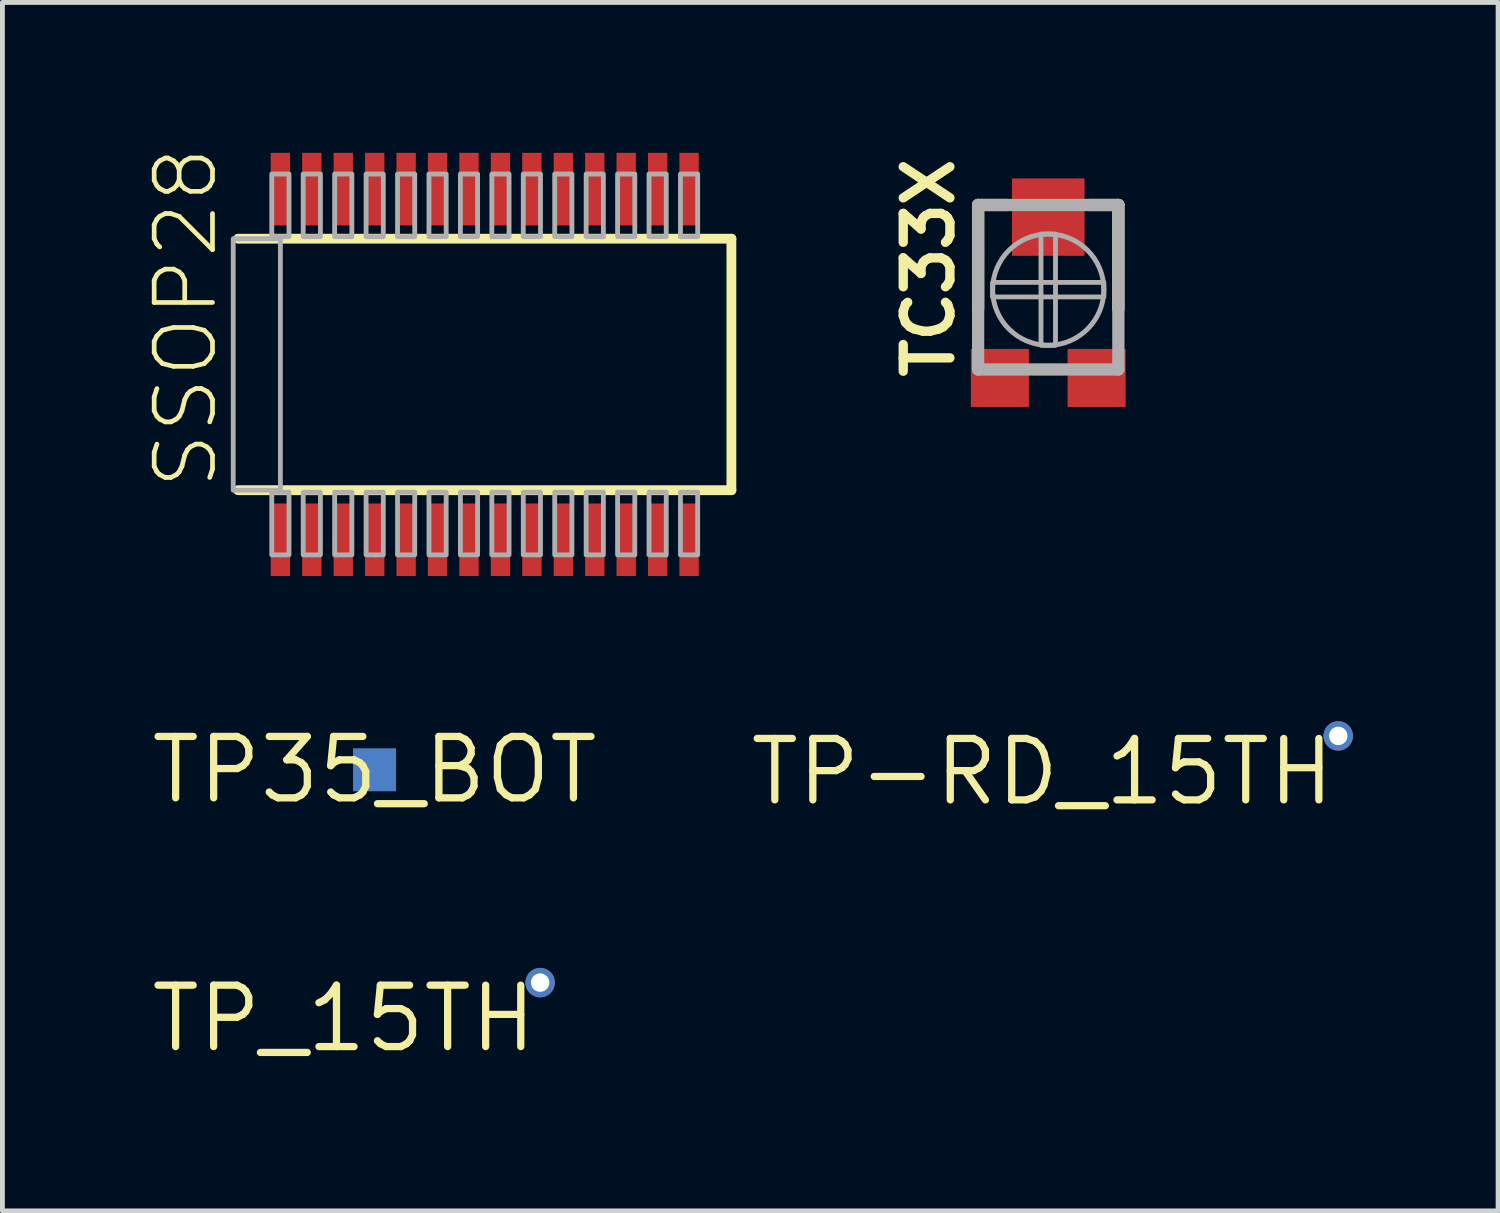
<source format=kicad_pcb>
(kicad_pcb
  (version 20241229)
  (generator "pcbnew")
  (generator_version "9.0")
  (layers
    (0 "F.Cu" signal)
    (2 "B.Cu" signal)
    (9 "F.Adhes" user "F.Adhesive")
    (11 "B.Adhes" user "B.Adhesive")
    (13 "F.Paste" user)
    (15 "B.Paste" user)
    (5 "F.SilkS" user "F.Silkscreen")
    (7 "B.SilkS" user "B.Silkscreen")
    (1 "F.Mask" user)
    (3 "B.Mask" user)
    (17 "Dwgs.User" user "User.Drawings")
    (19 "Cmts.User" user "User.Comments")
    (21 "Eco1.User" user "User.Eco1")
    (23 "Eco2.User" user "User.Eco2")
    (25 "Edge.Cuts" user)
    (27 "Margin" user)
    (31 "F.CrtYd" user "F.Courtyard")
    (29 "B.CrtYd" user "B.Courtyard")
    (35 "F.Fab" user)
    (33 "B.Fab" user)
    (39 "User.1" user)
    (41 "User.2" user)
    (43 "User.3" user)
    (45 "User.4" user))
  (footprint "TP_15TH"
    (layer "F.Cu")
    (at 8.118 17.266)
    (property "Reference" "TP_15TH" (at 0 0 0) (layer "F.SilkS") (effects (font (size 1.27 1.27) (thickness 0.15)) (justify right top)))
    (attr through_hole)
    (fp_circle (center 0 0) (end 0.191 0) (stroke (width 0.381) (type solid)) (fill no) (layer "B.Mask"))
    (pad "P$1" thru_hole circle (at 0 0) (size 0.61 0.61) (drill 0.381) (layers "*.Cu" "*.Mask")))
  (footprint "TC33X"
    (layer "F.Cu")
    (at 18.623 2.939)
    (property "Reference" "TC33X" (at -1.905 1.905 270) (layer "F.SilkS") (effects (font (size 0.965 0.965) (thickness 0.193)) (justify left bottom)))
    (attr through_hole)
    (fp_line (start -1.45 -1.75) (end -0.85 -1.75) (stroke (width 0.254) (type solid)) (layer "F.SilkS"))
    (fp_line (start -1.45 0.4) (end -1.45 -1.75) (stroke (width 0.254) (type solid)) (layer "F.SilkS"))
    (fp_line (start 1.45 -1.75) (end 0.85 -1.75) (stroke (width 0.254) (type solid)) (layer "F.SilkS"))
    (fp_line (start 1.45 0.4) (end 1.45 -1.75) (stroke (width 0.254) (type solid)) (layer "F.SilkS"))
    (fp_line (start -1.45 -1.75) (end -1.45 1.65) (stroke (width 0.254) (type solid)) (layer "F.Fab"))
    (fp_line (start -1.45 1.65) (end 1.45 1.65) (stroke (width 0.254) (type solid)) (layer "F.Fab"))
    (fp_line (start 1.45 -1.75) (end -1.45 -1.75) (stroke (width 0.254) (type solid)) (layer "F.Fab"))
    (fp_line (start 1.45 1.65) (end 1.45 -1.75) (stroke (width 0.254) (type solid)) (layer "F.Fab"))
    (fp_circle (center 0 0) (end 1.15 0) (stroke (width 0.102) (type solid)) (fill no) (layer "F.Fab"))
    (fp_poly (pts (xy -1.15 0.15) (xy 1.15 0.15) (xy 1.15 -0.15) (xy -1.15 -0.15)) (stroke (width 0.1) (type solid)) (fill no) (layer "F.Fab"))
    (fp_poly (pts (xy -0.15 1.15) (xy 0.15 1.15) (xy 0.15 -1.15) (xy -0.15 -1.15)) (stroke (width 0.1) (type solid)) (fill no) (layer "F.Fab"))
    (pad "1" smd rect (at -1 1.825) (size 1.2 1.2) (layers "F.Cu" "F.Mask" "F.Paste"))
    (pad "2" smd rect (at 0 -1.5) (size 1.5 1.6) (layers "F.Cu" "F.Mask" "F.Paste"))
    (pad "3" smd rect (at 1 1.825) (size 1.2 1.2) (layers "F.Cu" "F.Mask" "F.Paste")))
  (footprint "TP-RD_15TH"
    (layer "F.Cu")
    (at 24.619 12.165)
    (property "Reference" "TP-RD_15TH" (at 0 0 0) (layer "F.SilkS") (effects (font (size 1.27 1.27) (thickness 0.15)) (justify right top)))
    (attr through_hole)
    (pad "P$1" thru_hole circle (at 0 0) (size 0.61 0.61) (drill 0.381) (layers "*.Cu" "*.Mask")))
  (footprint "TP35_BOT"
    (layer "F.Cu")
    (at 4.694 12.866)
    (property "Reference" "TP35_BOT" (at 0 0 0) (layer "F.SilkS") (effects (font (size 1.27 1.27) (thickness 0.15))))
    (attr through_hole)
    (pad "P$1" smd rect (at 0 0) (size 0.889 0.889) (layers "B.Cu" "B.Mask")))
  (footprint "SSOP28"
    (layer "F.Cu")
    (at 6.972 4.485)
    (property "Reference" "SSOP28" (at -5.476 2.63 90) (layer "F.SilkS") (effects (font (size 1.206 1.206) (thickness 0.097)) (justify left bottom)))
    (attr through_hole)
    (fp_line (start -5.1 2.6) (end 5.1 2.6) (stroke (width 0.203) (type solid)) (layer "F.SilkS"))
    (fp_line (start 5.1 -2.6) (end -5.1 -2.6) (stroke (width 0.203) (type solid)) (layer "F.SilkS"))
    (fp_line (start 5.1 2.6) (end 5.1 -2.6) (stroke (width 0.203) (type solid)) (layer "F.SilkS"))
    (fp_poly (pts (xy -5.2 2.6) (xy -4.225 2.6) (xy -4.225 -2.6) (xy -5.2 -2.6)) (stroke (width 0.1) (type solid)) (fill no) (layer "F.Fab"))
    (fp_poly (pts (xy -4.403 -2.642) (xy -4.047 -2.642) (xy -4.047 -3.937) (xy -4.403 -3.937)) (stroke (width 0.1) (type solid)) (fill no) (layer "F.Fab"))
    (fp_poly (pts (xy -4.403 3.937) (xy -4.047 3.937) (xy -4.047 2.642) (xy -4.403 2.642)) (stroke (width 0.1) (type solid)) (fill no) (layer "F.Fab"))
    (fp_poly (pts (xy -3.753 -2.642) (xy -3.397 -2.642) (xy -3.397 -3.937) (xy -3.753 -3.937)) (stroke (width 0.1) (type solid)) (fill no) (layer "F.Fab"))
    (fp_poly (pts (xy -3.753 3.937) (xy -3.397 3.937) (xy -3.397 2.642) (xy -3.753 2.642)) (stroke (width 0.1) (type solid)) (fill no) (layer "F.Fab"))
    (fp_poly (pts (xy -3.103 -2.642) (xy -2.747 -2.642) (xy -2.747 -3.937) (xy -3.103 -3.937)) (stroke (width 0.1) (type solid)) (fill no) (layer "F.Fab"))
    (fp_poly (pts (xy -3.103 3.937) (xy -2.747 3.937) (xy -2.747 2.642) (xy -3.103 2.642)) (stroke (width 0.1) (type solid)) (fill no) (layer "F.Fab"))
    (fp_poly (pts (xy -2.453 -2.642) (xy -2.097 -2.642) (xy -2.097 -3.937) (xy -2.453 -3.937)) (stroke (width 0.1) (type solid)) (fill no) (layer "F.Fab"))
    (fp_poly (pts (xy -2.453 3.937) (xy -2.097 3.937) (xy -2.097 2.642) (xy -2.453 2.642)) (stroke (width 0.1) (type solid)) (fill no) (layer "F.Fab"))
    (fp_poly (pts (xy -1.803 -2.642) (xy -1.447 -2.642) (xy -1.447 -3.937) (xy -1.803 -3.937)) (stroke (width 0.1) (type solid)) (fill no) (layer "F.Fab"))
    (fp_poly (pts (xy -1.803 3.937) (xy -1.447 3.937) (xy -1.447 2.642) (xy -1.803 2.642)) (stroke (width 0.1) (type solid)) (fill no) (layer "F.Fab"))
    (fp_poly (pts (xy -1.153 -2.642) (xy -0.797 -2.642) (xy -0.797 -3.937) (xy -1.153 -3.937)) (stroke (width 0.1) (type solid)) (fill no) (layer "F.Fab"))
    (fp_poly (pts (xy -1.153 3.937) (xy -0.797 3.937) (xy -0.797 2.642) (xy -1.153 2.642)) (stroke (width 0.1) (type solid)) (fill no) (layer "F.Fab"))
    (fp_poly (pts (xy -0.503 -2.642) (xy -0.147 -2.642) (xy -0.147 -3.937) (xy -0.503 -3.937)) (stroke (width 0.1) (type solid)) (fill no) (layer "F.Fab"))
    (fp_poly (pts (xy -0.503 3.937) (xy -0.147 3.937) (xy -0.147 2.642) (xy -0.503 2.642)) (stroke (width 0.1) (type solid)) (fill no) (layer "F.Fab"))
    (fp_poly (pts (xy 0.147 -2.642) (xy 0.503 -2.642) (xy 0.503 -3.937) (xy 0.147 -3.937)) (stroke (width 0.1) (type solid)) (fill no) (layer "F.Fab"))
    (fp_poly (pts (xy 0.147 3.937) (xy 0.503 3.937) (xy 0.503 2.642) (xy 0.147 2.642)) (stroke (width 0.1) (type solid)) (fill no) (layer "F.Fab"))
    (fp_poly (pts (xy 0.797 -2.642) (xy 1.153 -2.642) (xy 1.153 -3.937) (xy 0.797 -3.937)) (stroke (width 0.1) (type solid)) (fill no) (layer "F.Fab"))
    (fp_poly (pts (xy 0.797 3.937) (xy 1.153 3.937) (xy 1.153 2.642) (xy 0.797 2.642)) (stroke (width 0.1) (type solid)) (fill no) (layer "F.Fab"))
    (fp_poly (pts (xy 1.447 -2.642) (xy 1.803 -2.642) (xy 1.803 -3.937) (xy 1.447 -3.937)) (stroke (width 0.1) (type solid)) (fill no) (layer "F.Fab"))
    (fp_poly (pts (xy 1.447 3.937) (xy 1.803 3.937) (xy 1.803 2.642) (xy 1.447 2.642)) (stroke (width 0.1) (type solid)) (fill no) (layer "F.Fab"))
    (fp_poly (pts (xy 2.097 -2.642) (xy 2.453 -2.642) (xy 2.453 -3.937) (xy 2.097 -3.937)) (stroke (width 0.1) (type solid)) (fill no) (layer "F.Fab"))
    (fp_poly (pts (xy 2.097 3.937) (xy 2.453 3.937) (xy 2.453 2.642) (xy 2.097 2.642)) (stroke (width 0.1) (type solid)) (fill no) (layer "F.Fab"))
    (fp_poly (pts (xy 2.747 -2.642) (xy 3.103 -2.642) (xy 3.103 -3.937) (xy 2.747 -3.937)) (stroke (width 0.1) (type solid)) (fill no) (layer "F.Fab"))
    (fp_poly (pts (xy 2.747 3.937) (xy 3.103 3.937) (xy 3.103 2.642) (xy 2.747 2.642)) (stroke (width 0.1) (type solid)) (fill no) (layer "F.Fab"))
    (fp_poly (pts (xy 3.397 -2.642) (xy 3.753 -2.642) (xy 3.753 -3.937) (xy 3.397 -3.937)) (stroke (width 0.1) (type solid)) (fill no) (layer "F.Fab"))
    (fp_poly (pts (xy 3.397 3.937) (xy 3.753 3.937) (xy 3.753 2.642) (xy 3.397 2.642)) (stroke (width 0.1) (type solid)) (fill no) (layer "F.Fab"))
    (fp_poly (pts (xy 4.047 -2.642) (xy 4.403 -2.642) (xy 4.403 -3.937) (xy 4.047 -3.937)) (stroke (width 0.1) (type solid)) (fill no) (layer "F.Fab"))
    (fp_poly (pts (xy 4.047 3.937) (xy 4.403 3.937) (xy 4.403 2.642) (xy 4.047 2.642)) (stroke (width 0.1) (type solid)) (fill no) (layer "F.Fab"))
    (pad "1" smd rect (at -4.225 3.625) (size 0.4 1.5) (layers "F.Cu" "F.Mask" "F.Paste"))
    (pad "2" smd rect (at -3.575 3.625) (size 0.4 1.5) (layers "F.Cu" "F.Mask" "F.Paste"))
    (pad "3" smd rect (at -2.925 3.625) (size 0.4 1.5) (layers "F.Cu" "F.Mask" "F.Paste"))
    (pad "4" smd rect (at -2.275 3.625) (size 0.4 1.5) (layers "F.Cu" "F.Mask" "F.Paste"))
    (pad "5" smd rect (at -1.625 3.625) (size 0.4 1.5) (layers "F.Cu" "F.Mask" "F.Paste"))
    (pad "6" smd rect (at -0.975 3.625) (size 0.4 1.5) (layers "F.Cu" "F.Mask" "F.Paste"))
    (pad "7" smd rect (at -0.325 3.625) (size 0.4 1.5) (layers "F.Cu" "F.Mask" "F.Paste"))
    (pad "8" smd rect (at 0.325 3.625) (size 0.4 1.5) (layers "F.Cu" "F.Mask" "F.Paste"))
    (pad "9" smd rect (at 0.975 3.625) (size 0.4 1.5) (layers "F.Cu" "F.Mask" "F.Paste"))
    (pad "10" smd rect (at 1.625 3.625) (size 0.4 1.5) (layers "F.Cu" "F.Mask" "F.Paste"))
    (pad "11" smd rect (at 2.275 3.625) (size 0.4 1.5) (layers "F.Cu" "F.Mask" "F.Paste"))
    (pad "12" smd rect (at 2.925 3.625) (size 0.4 1.5) (layers "F.Cu" "F.Mask" "F.Paste"))
    (pad "13" smd rect (at 3.575 3.625) (size 0.4 1.5) (layers "F.Cu" "F.Mask" "F.Paste"))
    (pad "14" smd rect (at 4.225 3.625) (size 0.4 1.5) (layers "F.Cu" "F.Mask" "F.Paste"))
    (pad "15" smd rect (at 4.225 -3.625) (size 0.4 1.5) (layers "F.Cu" "F.Mask" "F.Paste"))
    (pad "16" smd rect (at 3.575 -3.625) (size 0.4 1.5) (layers "F.Cu" "F.Mask" "F.Paste"))
    (pad "17" smd rect (at 2.925 -3.625) (size 0.4 1.5) (layers "F.Cu" "F.Mask" "F.Paste"))
    (pad "18" smd rect (at 2.275 -3.625) (size 0.4 1.5) (layers "F.Cu" "F.Mask" "F.Paste"))
    (pad "19" smd rect (at 1.625 -3.625) (size 0.4 1.5) (layers "F.Cu" "F.Mask" "F.Paste"))
    (pad "20" smd rect (at 0.975 -3.625) (size 0.4 1.5) (layers "F.Cu" "F.Mask" "F.Paste"))
    (pad "21" smd rect (at 0.325 -3.625) (size 0.4 1.5) (layers "F.Cu" "F.Mask" "F.Paste"))
    (pad "22" smd rect (at -0.325 -3.625) (size 0.4 1.5) (layers "F.Cu" "F.Mask" "F.Paste"))
    (pad "23" smd rect (at -0.975 -3.625) (size 0.4 1.5) (layers "F.Cu" "F.Mask" "F.Paste"))
    (pad "24" smd rect (at -1.625 -3.625) (size 0.4 1.5) (layers "F.Cu" "F.Mask" "F.Paste"))
    (pad "25" smd rect (at -2.275 -3.625) (size 0.4 1.5) (layers "F.Cu" "F.Mask" "F.Paste"))
    (pad "26" smd rect (at -2.925 -3.625) (size 0.4 1.5) (layers "F.Cu" "F.Mask" "F.Paste"))
    (pad "27" smd rect (at -3.575 -3.625) (size 0.4 1.5) (layers "F.Cu" "F.Mask" "F.Paste"))
    (pad "28" smd rect (at -4.225 -3.625) (size 0.4 1.5) (layers "F.Cu" "F.Mask" "F.Paste")))
  (gr_rect
    (start -3 -3)
    (end 27.924 21.986)
    (stroke (width 0.1) (type default))
    (fill no)
    (layer "Edge.Cuts")))
</source>
